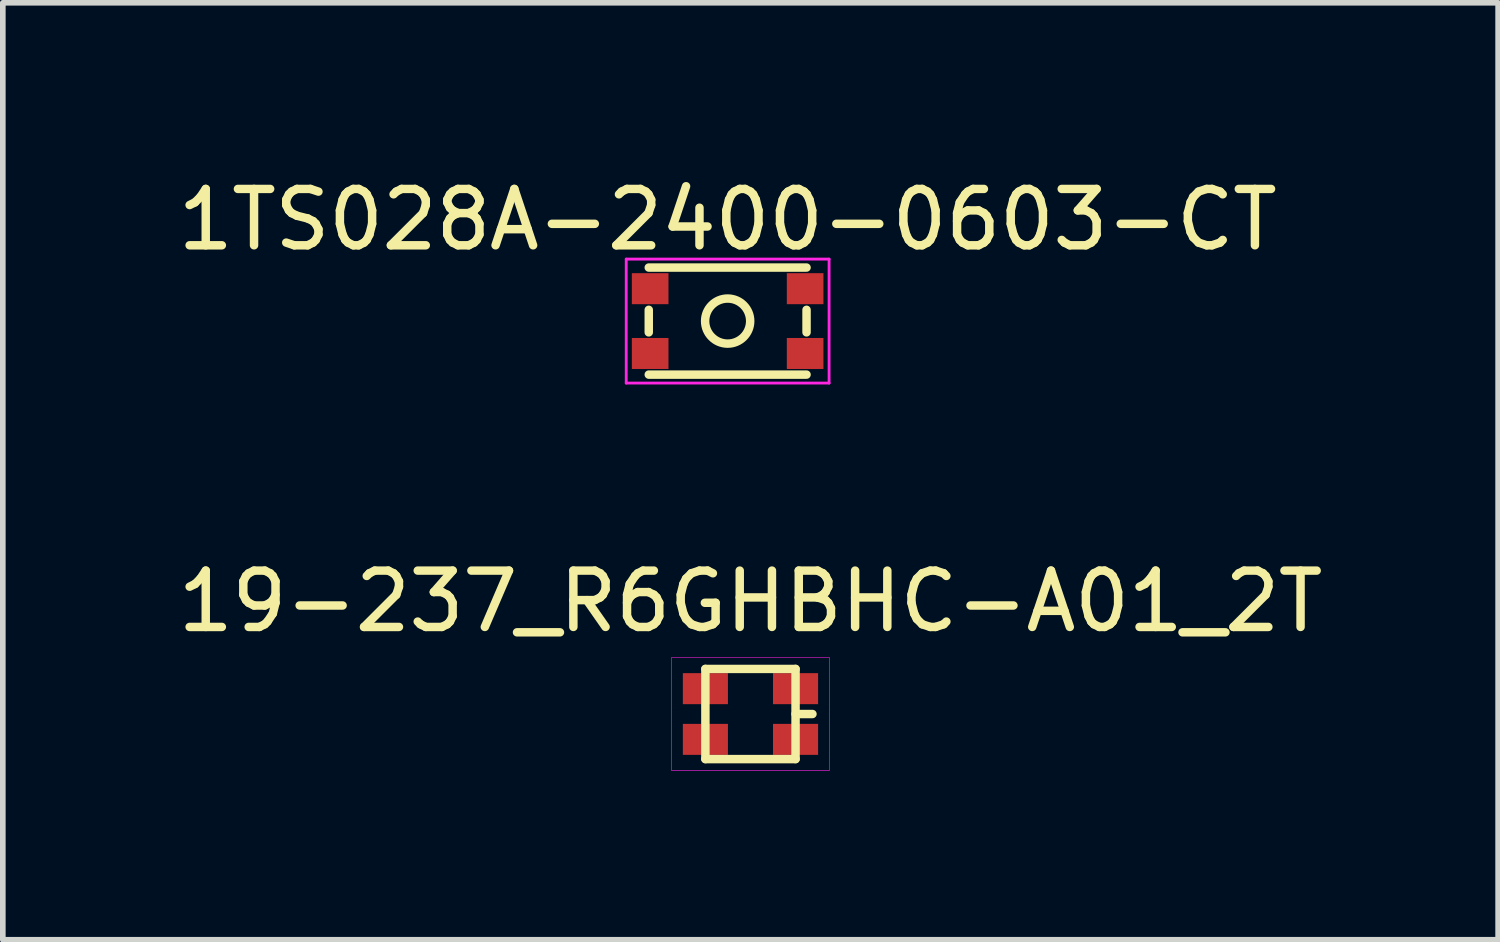
<source format=kicad_pcb>
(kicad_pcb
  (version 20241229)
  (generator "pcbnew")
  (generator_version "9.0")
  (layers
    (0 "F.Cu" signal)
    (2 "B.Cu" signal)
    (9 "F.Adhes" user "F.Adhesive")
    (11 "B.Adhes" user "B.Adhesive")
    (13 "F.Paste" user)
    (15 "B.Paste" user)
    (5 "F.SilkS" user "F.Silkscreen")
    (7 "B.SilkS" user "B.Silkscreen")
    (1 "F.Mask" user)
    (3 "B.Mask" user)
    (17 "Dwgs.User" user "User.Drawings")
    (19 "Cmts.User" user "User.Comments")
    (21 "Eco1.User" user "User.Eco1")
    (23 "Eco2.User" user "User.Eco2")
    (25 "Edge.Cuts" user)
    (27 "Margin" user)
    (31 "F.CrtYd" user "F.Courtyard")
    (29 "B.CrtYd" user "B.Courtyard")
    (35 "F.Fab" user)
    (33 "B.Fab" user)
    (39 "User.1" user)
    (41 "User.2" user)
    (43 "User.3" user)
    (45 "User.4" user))
  (footprint "1TS028A-2400-0603-CT"
    (layer "F.Cu")
    (at 9.863 2.648)
    (property "Reference" "1TS028A-2400-0603-CT" (at 0 -1.8 0) (layer "F.SilkS") (effects (font (size 1 1) (thickness 0.15))))
    (attr through_hole)
    (fp_line (start -1.4 -0.95) (end 1.4 -0.95) (stroke (width 0.15) (type solid)) (layer "F.SilkS"))
    (fp_line (start -1.4 -0.2) (end -1.4 0.2) (stroke (width 0.15) (type solid)) (layer "F.SilkS"))
    (fp_line (start 1.4 -0.2) (end 1.4 0.2) (stroke (width 0.15) (type solid)) (layer "F.SilkS"))
    (fp_line (start 1.4 0.95) (end -1.4 0.95) (stroke (width 0.15) (type solid)) (layer "F.SilkS"))
    (fp_circle (center 0 0) (end 0.4 0) (stroke (width 0.15) (type solid)) (fill no) (layer "F.SilkS"))
    (fp_line (start -1.8 -1.1) (end -1.8 1.1) (stroke (width 0.05) (type solid)) (layer "F.CrtYd"))
    (fp_line (start -1.8 1.1) (end 1.8 1.1) (stroke (width 0.05) (type solid)) (layer "F.CrtYd"))
    (fp_line (start 1.8 -1.1) (end -1.8 -1.1) (stroke (width 0.05) (type solid)) (layer "F.CrtYd"))
    (fp_line (start 1.8 1.1) (end 1.8 -1.1) (stroke (width 0.05) (type solid)) (layer "F.CrtYd"))
    (pad "1" smd rect (at -1.375 -0.575) (size 0.65 0.55) (layers "F.Cu" "F.Mask" "F.Paste"))
    (pad "1" smd rect (at 1.375 -0.575) (size 0.65 0.55) (layers "F.Cu" "F.Mask" "F.Paste"))
    (pad "2" smd rect (at -1.375 0.575) (size 0.65 0.55) (layers "F.Cu" "F.Mask" "F.Paste"))
    (pad "2" smd rect (at 1.375 0.575) (size 0.65 0.55) (layers "F.Cu" "F.Mask" "F.Paste")))
  (footprint "19-237_R6GHBHC-A01_2T"
    (layer "F.Cu")
    (at 10.268 9.621)
    (property "Reference" "19-237_R6GHBHC-A01_2T" (at 0 -2 0) (layer "F.SilkS") (effects (font (size 1 1) (thickness 0.15))))
    (attr through_hole)
    (fp_line (start -0.8 -0.8) (end -0.8 0.8) (stroke (width 0.15) (type solid)) (layer "F.SilkS"))
    (fp_line (start -0.8 0.8) (end 0.8 0.8) (stroke (width 0.15) (type solid)) (layer "F.SilkS"))
    (fp_line (start 0.8 -0.8) (end -0.8 -0.8) (stroke (width 0.15) (type solid)) (layer "F.SilkS"))
    (fp_line (start 0.8 0.8) (end 0.8 -0.8) (stroke (width 0.15) (type solid)) (layer "F.SilkS"))
    (fp_line (start 1.1 0) (end 0.8 0) (stroke (width 0.15) (type solid)) (layer "F.SilkS"))
    (fp_line (start -1.4 -1) (end -1.4 1) (stroke (width 0.01) (type solid)) (layer "F.CrtYd"))
    (fp_line (start -1.4 1) (end 1.4 1) (stroke (width 0.01) (type solid)) (layer "F.CrtYd"))
    (fp_line (start 1.4 -1) (end -1.4 -1) (stroke (width 0.01) (type solid)) (layer "F.CrtYd"))
    (fp_line (start 1.4 1) (end 1.4 -1) (stroke (width 0.01) (type solid)) (layer "F.CrtYd"))
    (pad "1" smd rect (at -0.8 0.45) (size 0.8 0.55) (layers "F.Cu" "F.Mask" "F.Paste"))
    (pad "2" smd rect (at -0.8 -0.45) (size 0.8 0.55) (layers "F.Cu" "F.Mask" "F.Paste"))
    (pad "3" smd rect (at 0.8 -0.45) (size 0.8 0.55) (layers "F.Cu" "F.Mask" "F.Paste"))
    (pad "4" smd rect (at 0.8 0.45) (size 0.8 0.55) (layers "F.Cu" "F.Mask" "F.Paste")))
  (gr_rect
    (start -3 -3)
    (end 23.536 13.627)
    (stroke (width 0.1) (type default))
    (fill no)
    (layer "Edge.Cuts")))
</source>
